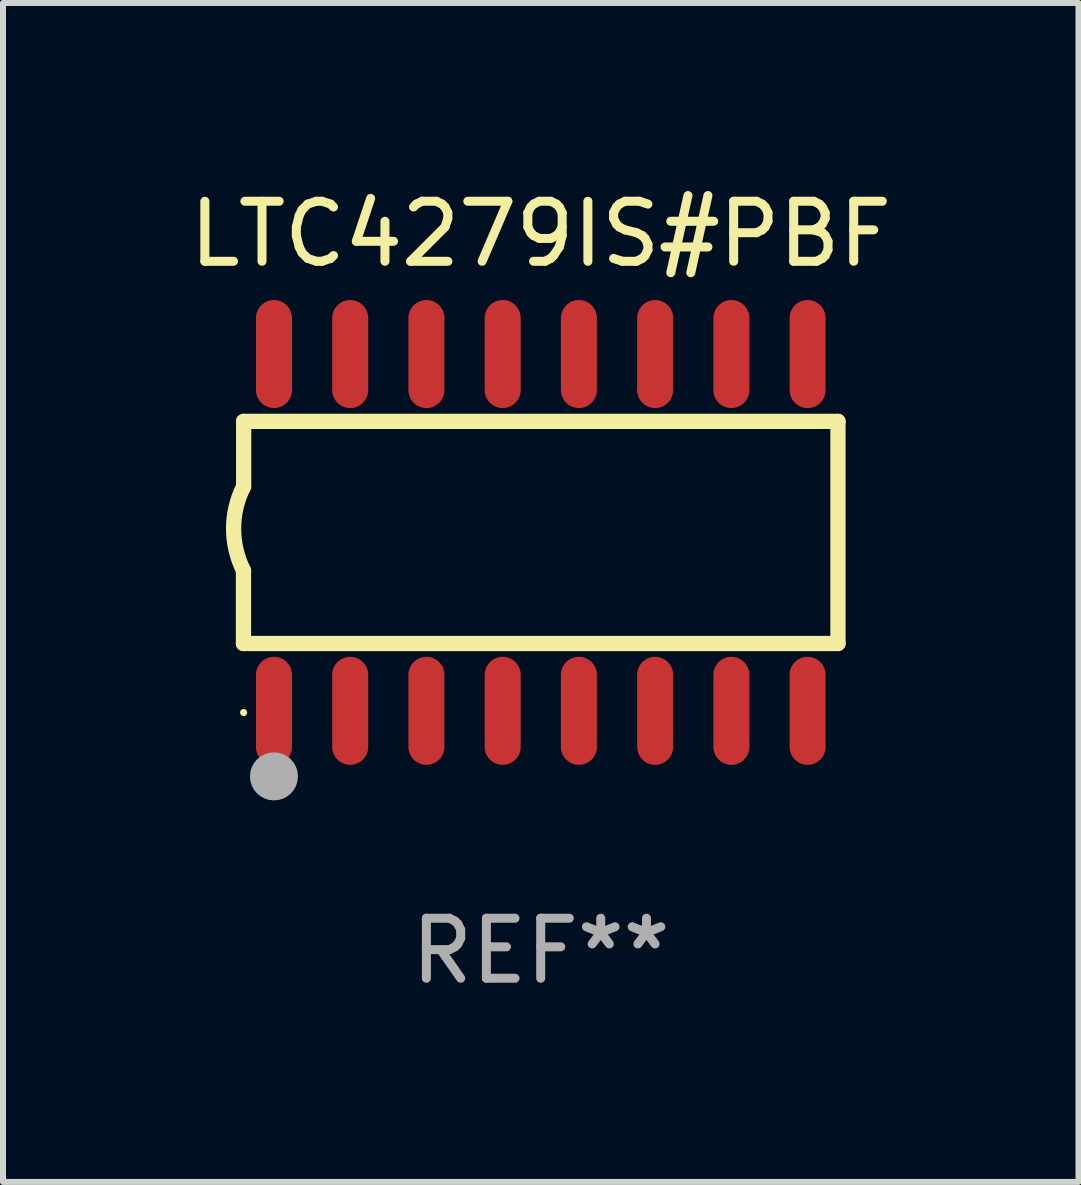
<source format=kicad_pcb>
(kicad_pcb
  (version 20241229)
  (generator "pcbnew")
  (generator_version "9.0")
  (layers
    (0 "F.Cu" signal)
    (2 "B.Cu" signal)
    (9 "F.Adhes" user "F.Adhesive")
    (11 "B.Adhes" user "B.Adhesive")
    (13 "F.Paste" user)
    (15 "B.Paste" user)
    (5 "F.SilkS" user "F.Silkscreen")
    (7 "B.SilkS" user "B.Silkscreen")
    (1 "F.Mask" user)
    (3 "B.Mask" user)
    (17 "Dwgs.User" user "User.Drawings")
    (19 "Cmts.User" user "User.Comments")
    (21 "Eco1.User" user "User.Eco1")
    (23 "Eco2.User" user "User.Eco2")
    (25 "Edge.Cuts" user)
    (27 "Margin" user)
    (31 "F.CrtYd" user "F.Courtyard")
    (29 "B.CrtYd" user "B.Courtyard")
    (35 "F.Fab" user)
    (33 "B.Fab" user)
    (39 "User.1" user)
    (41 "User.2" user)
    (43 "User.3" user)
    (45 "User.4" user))
  (footprint "LTC4279IS#PBF"
    (layer "F.Cu")
    (at 5.958 5.82)
    (property "Reference" "LTC4279IS#PBF" (at 0 -4.972 0) (layer "F.SilkS") (effects (font (size 1 1) (thickness 0.15))))
    (attr through_hole)
    (fp_line (start -4.952 0.635) (end -4.952 1.85) (stroke (width 0.254) (type solid)) (layer "F.SilkS"))
    (fp_line (start -4.952 1.85) (end -4.949 1.85) (stroke (width 0.254) (type solid)) (layer "F.SilkS"))
    (fp_line (start -4.949 -1.85) (end -4.949 -0.762) (stroke (width 0.254) (type solid)) (layer "F.SilkS"))
    (fp_line (start -4.949 1.85) (end 4.952 1.85) (stroke (width 0.254) (type solid)) (layer "F.SilkS"))
    (fp_line (start 4.952 -1.85) (end -4.949 -1.85) (stroke (width 0.254) (type solid)) (layer "F.SilkS"))
    (fp_line (start 4.952 1.85) (end 4.952 -1.85) (stroke (width 0.254) (type solid)) (layer "F.SilkS"))
    (fp_arc (start -4.951524 0.635001) (mid -5.116418 -0.0635) (end -4.951524 -0.762002) (stroke (width 0.254001) (type solid)) (layer "F.SilkS"))
    (fp_circle (center -4.949 3) (end -4.919 3) (stroke (width 0.06) (type solid)) (fill no) (layer "F.SilkS"))
    (fp_circle (center -4.444 4.064) (end -4.244 4.064) (stroke (width 0.4) (type solid)) (fill no) (layer "F.Fab"))
    (fp_text user "REF**" (at 0 6.972 0) (layer "F.Fab") (effects (font (size 1 1) (thickness 0.15))))
    (pad "1" smd oval (at -4.444 2.972 180) (size 0.6 1.8) (layers "F.Cu" "F.Mask" "F.Paste"))
    (pad "2" smd oval (at -3.174 2.972 180) (size 0.6 1.8) (layers "F.Cu" "F.Mask" "F.Paste"))
    (pad "3" smd oval (at -1.904 2.972 180) (size 0.6 1.8) (layers "F.Cu" "F.Mask" "F.Paste"))
    (pad "4" smd oval (at -0.634 2.972 180) (size 0.6 1.8) (layers "F.Cu" "F.Mask" "F.Paste"))
    (pad "5" smd oval (at 0.636 2.972 180) (size 0.6 1.8) (layers "F.Cu" "F.Mask" "F.Paste"))
    (pad "6" smd oval (at 1.906 2.972 180) (size 0.6 1.8) (layers "F.Cu" "F.Mask" "F.Paste"))
    (pad "7" smd oval (at 3.176 2.972 180) (size 0.6 1.8) (layers "F.Cu" "F.Mask" "F.Paste"))
    (pad "8" smd oval (at 4.446 2.972 180) (size 0.6 1.8) (layers "F.Cu" "F.Mask" "F.Paste"))
    (pad "9" smd oval (at 4.446 -2.972 180) (size 0.6 1.8) (layers "F.Cu" "F.Mask" "F.Paste"))
    (pad "10" smd oval (at 3.176 -2.972 180) (size 0.6 1.8) (layers "F.Cu" "F.Mask" "F.Paste"))
    (pad "11" smd oval (at 1.906 -2.972 180) (size 0.6 1.8) (layers "F.Cu" "F.Mask" "F.Paste"))
    (pad "12" smd oval (at 0.636 -2.972 180) (size 0.6 1.8) (layers "F.Cu" "F.Mask" "F.Paste"))
    (pad "13" smd oval (at -0.634 -2.972 180) (size 0.6 1.8) (layers "F.Cu" "F.Mask" "F.Paste"))
    (pad "14" smd oval (at -1.904 -2.972 180) (size 0.6 1.8) (layers "F.Cu" "F.Mask" "F.Paste"))
    (pad "15" smd oval (at -3.174 -2.972 180) (size 0.6 1.8) (layers "F.Cu" "F.Mask" "F.Paste"))
    (pad "16" smd oval (at -4.444 -2.972 180) (size 0.6 1.8) (layers "F.Cu" "F.Mask" "F.Paste")))
  (gr_rect
    (start -3 -3)
    (end 14.917 16.64)
    (stroke (width 0.1) (type default))
    (fill no)
    (layer "Edge.Cuts")))
</source>
